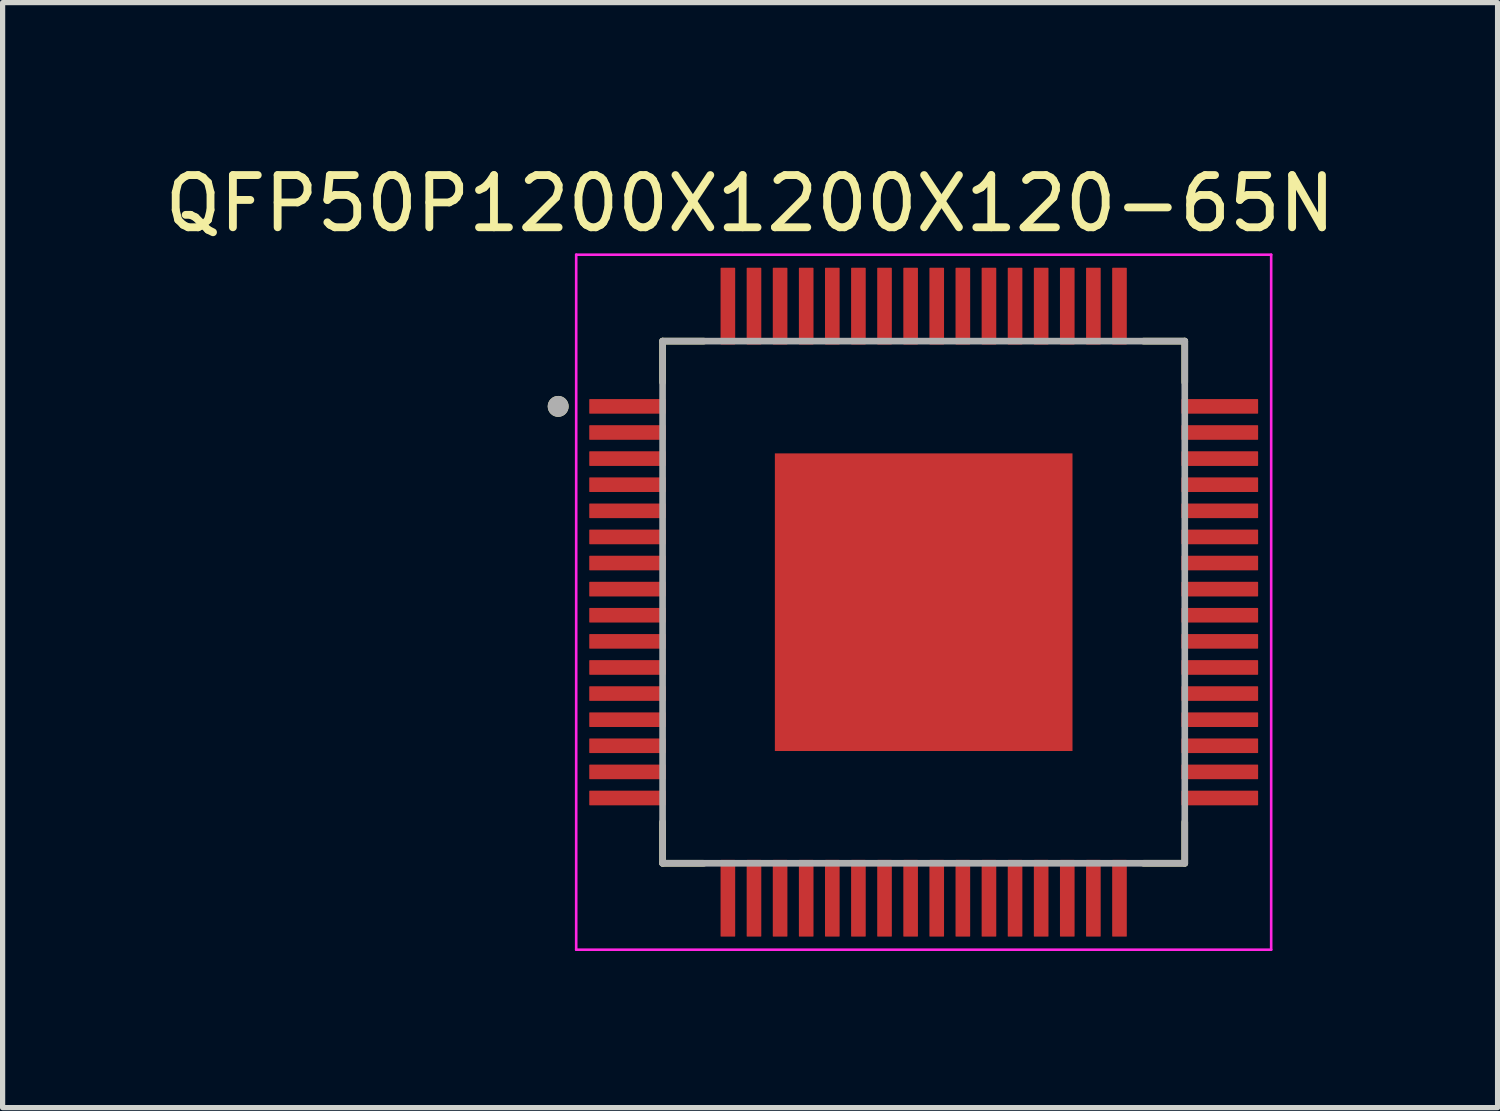
<source format=kicad_pcb>
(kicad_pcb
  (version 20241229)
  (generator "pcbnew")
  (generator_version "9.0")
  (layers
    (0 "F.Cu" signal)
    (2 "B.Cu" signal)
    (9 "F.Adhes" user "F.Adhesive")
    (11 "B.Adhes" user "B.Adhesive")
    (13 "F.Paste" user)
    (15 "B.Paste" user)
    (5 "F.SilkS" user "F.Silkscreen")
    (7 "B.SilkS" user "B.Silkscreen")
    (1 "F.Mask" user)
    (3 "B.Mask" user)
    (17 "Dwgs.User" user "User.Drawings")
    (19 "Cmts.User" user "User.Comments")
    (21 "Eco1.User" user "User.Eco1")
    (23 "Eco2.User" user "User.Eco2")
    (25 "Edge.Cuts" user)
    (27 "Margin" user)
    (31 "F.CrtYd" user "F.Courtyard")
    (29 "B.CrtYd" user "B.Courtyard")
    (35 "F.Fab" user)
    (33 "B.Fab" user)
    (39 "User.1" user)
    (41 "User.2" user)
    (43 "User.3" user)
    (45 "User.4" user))
  (footprint "QFP50P1200X1200X120-65N"
    (layer "F.Cu")
    (at 14.64 8.483)
    (property "Reference" "QFP50P1200X1200X120-65N" (at -3.325 -7.635 0) (layer "F.SilkS") (effects (font (size 1 1) (thickness 0.15))))
    (attr smd)
    (fp_line (start -5 -5) (end -5 -4.21) (stroke (width 0.127) (type solid)) (layer "F.SilkS"))
    (fp_line (start -5 -5) (end -4.21 -5) (stroke (width 0.127) (type solid)) (layer "F.SilkS"))
    (fp_line (start -5 5) (end -5 4.21) (stroke (width 0.127) (type solid)) (layer "F.SilkS"))
    (fp_line (start -5 5) (end -4.21 5) (stroke (width 0.127) (type solid)) (layer "F.SilkS"))
    (fp_line (start 5 -5) (end 4.21 -5) (stroke (width 0.127) (type solid)) (layer "F.SilkS"))
    (fp_line (start 5 -5) (end 5 -4.21) (stroke (width 0.127) (type solid)) (layer "F.SilkS"))
    (fp_line (start 5 5) (end 4.21 5) (stroke (width 0.127) (type solid)) (layer "F.SilkS"))
    (fp_line (start 5 5) (end 5 4.21) (stroke (width 0.127) (type solid)) (layer "F.SilkS"))
    (fp_circle (center -7 -3.75) (end -6.9 -3.75) (stroke (width 0.2) (type solid)) (fill no) (layer "F.SilkS"))
    (fp_poly (pts (xy -2.325 -2.325) (xy -0.525 -2.325) (xy -0.525 -0.525) (xy -2.325 -0.525)) (stroke (width 0.01) (type solid)) (fill yes) (layer "F.Paste"))
    (fp_poly (pts (xy -2.325 0.525) (xy -0.525 0.525) (xy -0.525 2.325) (xy -2.325 2.325)) (stroke (width 0.01) (type solid)) (fill yes) (layer "F.Paste"))
    (fp_poly (pts (xy 0.525 -2.325) (xy 2.325 -2.325) (xy 2.325 -0.525) (xy 0.525 -0.525)) (stroke (width 0.01) (type solid)) (fill yes) (layer "F.Paste"))
    (fp_poly (pts (xy 0.525 0.525) (xy 2.325 0.525) (xy 2.325 2.325) (xy 0.525 2.325)) (stroke (width 0.01) (type solid)) (fill yes) (layer "F.Paste"))
    (fp_line (start -6.655 -6.655) (end 6.655 -6.655) (stroke (width 0.05) (type solid)) (layer "F.CrtYd"))
    (fp_line (start -6.655 6.655) (end -6.655 -6.655) (stroke (width 0.05) (type solid)) (layer "F.CrtYd"))
    (fp_line (start -6.655 6.655) (end 6.655 6.655) (stroke (width 0.05) (type solid)) (layer "F.CrtYd"))
    (fp_line (start 6.655 6.655) (end 6.655 -6.655) (stroke (width 0.05) (type solid)) (layer "F.CrtYd"))
    (fp_line (start -5 5) (end -5 -5) (stroke (width 0.127) (type solid)) (layer "F.Fab"))
    (fp_line (start 5 -5) (end -5 -5) (stroke (width 0.127) (type solid)) (layer "F.Fab"))
    (fp_line (start 5 5) (end -5 5) (stroke (width 0.127) (type solid)) (layer "F.Fab"))
    (fp_line (start 5 5) (end 5 -5) (stroke (width 0.127) (type solid)) (layer "F.Fab"))
    (fp_circle (center -7 -3.75) (end -6.9 -3.75) (stroke (width 0.2) (type solid)) (fill no) (layer "F.Fab"))
    (pad "1" smd roundrect (at -5.67 -3.75) (size 1.47 0.28) (layers "F.Cu" "F.Mask" "F.Paste") (roundrect_rratio 0.04))
    (pad "2" smd roundrect (at -5.67 -3.25) (size 1.47 0.28) (layers "F.Cu" "F.Mask" "F.Paste") (roundrect_rratio 0.04))
    (pad "3" smd roundrect (at -5.67 -2.75) (size 1.47 0.28) (layers "F.Cu" "F.Mask" "F.Paste") (roundrect_rratio 0.04))
    (pad "4" smd roundrect (at -5.67 -2.25) (size 1.47 0.28) (layers "F.Cu" "F.Mask" "F.Paste") (roundrect_rratio 0.04))
    (pad "5" smd roundrect (at -5.67 -1.75) (size 1.47 0.28) (layers "F.Cu" "F.Mask" "F.Paste") (roundrect_rratio 0.04))
    (pad "6" smd roundrect (at -5.67 -1.25) (size 1.47 0.28) (layers "F.Cu" "F.Mask" "F.Paste") (roundrect_rratio 0.04))
    (pad "7" smd roundrect (at -5.67 -0.75) (size 1.47 0.28) (layers "F.Cu" "F.Mask" "F.Paste") (roundrect_rratio 0.04))
    (pad "8" smd roundrect (at -5.67 -0.25) (size 1.47 0.28) (layers "F.Cu" "F.Mask" "F.Paste") (roundrect_rratio 0.04))
    (pad "9" smd roundrect (at -5.67 0.25) (size 1.47 0.28) (layers "F.Cu" "F.Mask" "F.Paste") (roundrect_rratio 0.04))
    (pad "10" smd roundrect (at -5.67 0.75) (size 1.47 0.28) (layers "F.Cu" "F.Mask" "F.Paste") (roundrect_rratio 0.04))
    (pad "11" smd roundrect (at -5.67 1.25) (size 1.47 0.28) (layers "F.Cu" "F.Mask" "F.Paste") (roundrect_rratio 0.04))
    (pad "12" smd roundrect (at -5.67 1.75) (size 1.47 0.28) (layers "F.Cu" "F.Mask" "F.Paste") (roundrect_rratio 0.04))
    (pad "13" smd roundrect (at -5.67 2.25) (size 1.47 0.28) (layers "F.Cu" "F.Mask" "F.Paste") (roundrect_rratio 0.04))
    (pad "14" smd roundrect (at -5.67 2.75) (size 1.47 0.28) (layers "F.Cu" "F.Mask" "F.Paste") (roundrect_rratio 0.04))
    (pad "15" smd roundrect (at -5.67 3.25) (size 1.47 0.28) (layers "F.Cu" "F.Mask" "F.Paste") (roundrect_rratio 0.04))
    (pad "16" smd roundrect (at -5.67 3.75) (size 1.47 0.28) (layers "F.Cu" "F.Mask" "F.Paste") (roundrect_rratio 0.04))
    (pad "17" smd roundrect (at -3.75 5.67 90) (size 1.47 0.28) (layers "F.Cu" "F.Mask" "F.Paste") (roundrect_rratio 0.04))
    (pad "18" smd roundrect (at -3.25 5.67 90) (size 1.47 0.28) (layers "F.Cu" "F.Mask" "F.Paste") (roundrect_rratio 0.04))
    (pad "19" smd roundrect (at -2.75 5.67 90) (size 1.47 0.28) (layers "F.Cu" "F.Mask" "F.Paste") (roundrect_rratio 0.04))
    (pad "20" smd roundrect (at -2.25 5.67 90) (size 1.47 0.28) (layers "F.Cu" "F.Mask" "F.Paste") (roundrect_rratio 0.04))
    (pad "21" smd roundrect (at -1.75 5.67 90) (size 1.47 0.28) (layers "F.Cu" "F.Mask" "F.Paste") (roundrect_rratio 0.04))
    (pad "22" smd roundrect (at -1.25 5.67 90) (size 1.47 0.28) (layers "F.Cu" "F.Mask" "F.Paste") (roundrect_rratio 0.04))
    (pad "23" smd roundrect (at -0.75 5.67 90) (size 1.47 0.28) (layers "F.Cu" "F.Mask" "F.Paste") (roundrect_rratio 0.04))
    (pad "24" smd roundrect (at -0.25 5.67 90) (size 1.47 0.28) (layers "F.Cu" "F.Mask" "F.Paste") (roundrect_rratio 0.04))
    (pad "25" smd roundrect (at 0.25 5.67 90) (size 1.47 0.28) (layers "F.Cu" "F.Mask" "F.Paste") (roundrect_rratio 0.04))
    (pad "26" smd roundrect (at 0.75 5.67 90) (size 1.47 0.28) (layers "F.Cu" "F.Mask" "F.Paste") (roundrect_rratio 0.04))
    (pad "27" smd roundrect (at 1.25 5.67 90) (size 1.47 0.28) (layers "F.Cu" "F.Mask" "F.Paste") (roundrect_rratio 0.04))
    (pad "28" smd roundrect (at 1.75 5.67 90) (size 1.47 0.28) (layers "F.Cu" "F.Mask" "F.Paste") (roundrect_rratio 0.04))
    (pad "29" smd roundrect (at 2.25 5.67 90) (size 1.47 0.28) (layers "F.Cu" "F.Mask" "F.Paste") (roundrect_rratio 0.04))
    (pad "30" smd roundrect (at 2.75 5.67 90) (size 1.47 0.28) (layers "F.Cu" "F.Mask" "F.Paste") (roundrect_rratio 0.04))
    (pad "31" smd roundrect (at 3.25 5.67 90) (size 1.47 0.28) (layers "F.Cu" "F.Mask" "F.Paste") (roundrect_rratio 0.04))
    (pad "32" smd roundrect (at 3.75 5.67 90) (size 1.47 0.28) (layers "F.Cu" "F.Mask" "F.Paste") (roundrect_rratio 0.04))
    (pad "33" smd roundrect (at 5.67 3.75) (size 1.47 0.28) (layers "F.Cu" "F.Mask" "F.Paste") (roundrect_rratio 0.04))
    (pad "34" smd roundrect (at 5.67 3.25) (size 1.47 0.28) (layers "F.Cu" "F.Mask" "F.Paste") (roundrect_rratio 0.04))
    (pad "35" smd roundrect (at 5.67 2.75) (size 1.47 0.28) (layers "F.Cu" "F.Mask" "F.Paste") (roundrect_rratio 0.04))
    (pad "36" smd roundrect (at 5.67 2.25) (size 1.47 0.28) (layers "F.Cu" "F.Mask" "F.Paste") (roundrect_rratio 0.04))
    (pad "37" smd roundrect (at 5.67 1.75) (size 1.47 0.28) (layers "F.Cu" "F.Mask" "F.Paste") (roundrect_rratio 0.04))
    (pad "38" smd roundrect (at 5.67 1.25) (size 1.47 0.28) (layers "F.Cu" "F.Mask" "F.Paste") (roundrect_rratio 0.04))
    (pad "39" smd roundrect (at 5.67 0.75) (size 1.47 0.28) (layers "F.Cu" "F.Mask" "F.Paste") (roundrect_rratio 0.04))
    (pad "40" smd roundrect (at 5.67 0.25) (size 1.47 0.28) (layers "F.Cu" "F.Mask" "F.Paste") (roundrect_rratio 0.04))
    (pad "41" smd roundrect (at 5.67 -0.25) (size 1.47 0.28) (layers "F.Cu" "F.Mask" "F.Paste") (roundrect_rratio 0.04))
    (pad "42" smd roundrect (at 5.67 -0.75) (size 1.47 0.28) (layers "F.Cu" "F.Mask" "F.Paste") (roundrect_rratio 0.04))
    (pad "43" smd roundrect (at 5.67 -1.25) (size 1.47 0.28) (layers "F.Cu" "F.Mask" "F.Paste") (roundrect_rratio 0.04))
    (pad "44" smd roundrect (at 5.67 -1.75) (size 1.47 0.28) (layers "F.Cu" "F.Mask" "F.Paste") (roundrect_rratio 0.04))
    (pad "45" smd roundrect (at 5.67 -2.25) (size 1.47 0.28) (layers "F.Cu" "F.Mask" "F.Paste") (roundrect_rratio 0.04))
    (pad "46" smd roundrect (at 5.67 -2.75) (size 1.47 0.28) (layers "F.Cu" "F.Mask" "F.Paste") (roundrect_rratio 0.04))
    (pad "47" smd roundrect (at 5.67 -3.25) (size 1.47 0.28) (layers "F.Cu" "F.Mask" "F.Paste") (roundrect_rratio 0.04))
    (pad "48" smd roundrect (at 5.67 -3.75) (size 1.47 0.28) (layers "F.Cu" "F.Mask" "F.Paste") (roundrect_rratio 0.04))
    (pad "49" smd roundrect (at 3.75 -5.67 90) (size 1.47 0.28) (layers "F.Cu" "F.Mask" "F.Paste") (roundrect_rratio 0.04))
    (pad "50" smd roundrect (at 3.25 -5.67 90) (size 1.47 0.28) (layers "F.Cu" "F.Mask" "F.Paste") (roundrect_rratio 0.04))
    (pad "51" smd roundrect (at 2.75 -5.67 90) (size 1.47 0.28) (layers "F.Cu" "F.Mask" "F.Paste") (roundrect_rratio 0.04))
    (pad "52" smd roundrect (at 2.25 -5.67 90) (size 1.47 0.28) (layers "F.Cu" "F.Mask" "F.Paste") (roundrect_rratio 0.04))
    (pad "53" smd roundrect (at 1.75 -5.67 90) (size 1.47 0.28) (layers "F.Cu" "F.Mask" "F.Paste") (roundrect_rratio 0.04))
    (pad "54" smd roundrect (at 1.25 -5.67 90) (size 1.47 0.28) (layers "F.Cu" "F.Mask" "F.Paste") (roundrect_rratio 0.04))
    (pad "55" smd roundrect (at 0.75 -5.67 90) (size 1.47 0.28) (layers "F.Cu" "F.Mask" "F.Paste") (roundrect_rratio 0.04))
    (pad "56" smd roundrect (at 0.25 -5.67 90) (size 1.47 0.28) (layers "F.Cu" "F.Mask" "F.Paste") (roundrect_rratio 0.04))
    (pad "57" smd roundrect (at -0.25 -5.67 90) (size 1.47 0.28) (layers "F.Cu" "F.Mask" "F.Paste") (roundrect_rratio 0.04))
    (pad "58" smd roundrect (at -0.75 -5.67 90) (size 1.47 0.28) (layers "F.Cu" "F.Mask" "F.Paste") (roundrect_rratio 0.04))
    (pad "59" smd roundrect (at -1.25 -5.67 90) (size 1.47 0.28) (layers "F.Cu" "F.Mask" "F.Paste") (roundrect_rratio 0.04))
    (pad "60" smd roundrect (at -1.75 -5.67 90) (size 1.47 0.28) (layers "F.Cu" "F.Mask" "F.Paste") (roundrect_rratio 0.04))
    (pad "61" smd roundrect (at -2.25 -5.67 90) (size 1.47 0.28) (layers "F.Cu" "F.Mask" "F.Paste") (roundrect_rratio 0.04))
    (pad "62" smd roundrect (at -2.75 -5.67 90) (size 1.47 0.28) (layers "F.Cu" "F.Mask" "F.Paste") (roundrect_rratio 0.04))
    (pad "63" smd roundrect (at -3.25 -5.67 90) (size 1.47 0.28) (layers "F.Cu" "F.Mask" "F.Paste") (roundrect_rratio 0.04))
    (pad "64" smd roundrect (at -3.75 -5.67 90) (size 1.47 0.28) (layers "F.Cu" "F.Mask" "F.Paste") (roundrect_rratio 0.04))
    (pad "65" smd rect (at 0 0) (size 5.7 5.7) (layers "F.Cu" "F.Mask")))
  (gr_rect
    (start -3 -3)
    (end 25.631 18.163)
    (stroke (width 0.1) (type default))
    (fill no)
    (layer "Edge.Cuts")))
</source>
